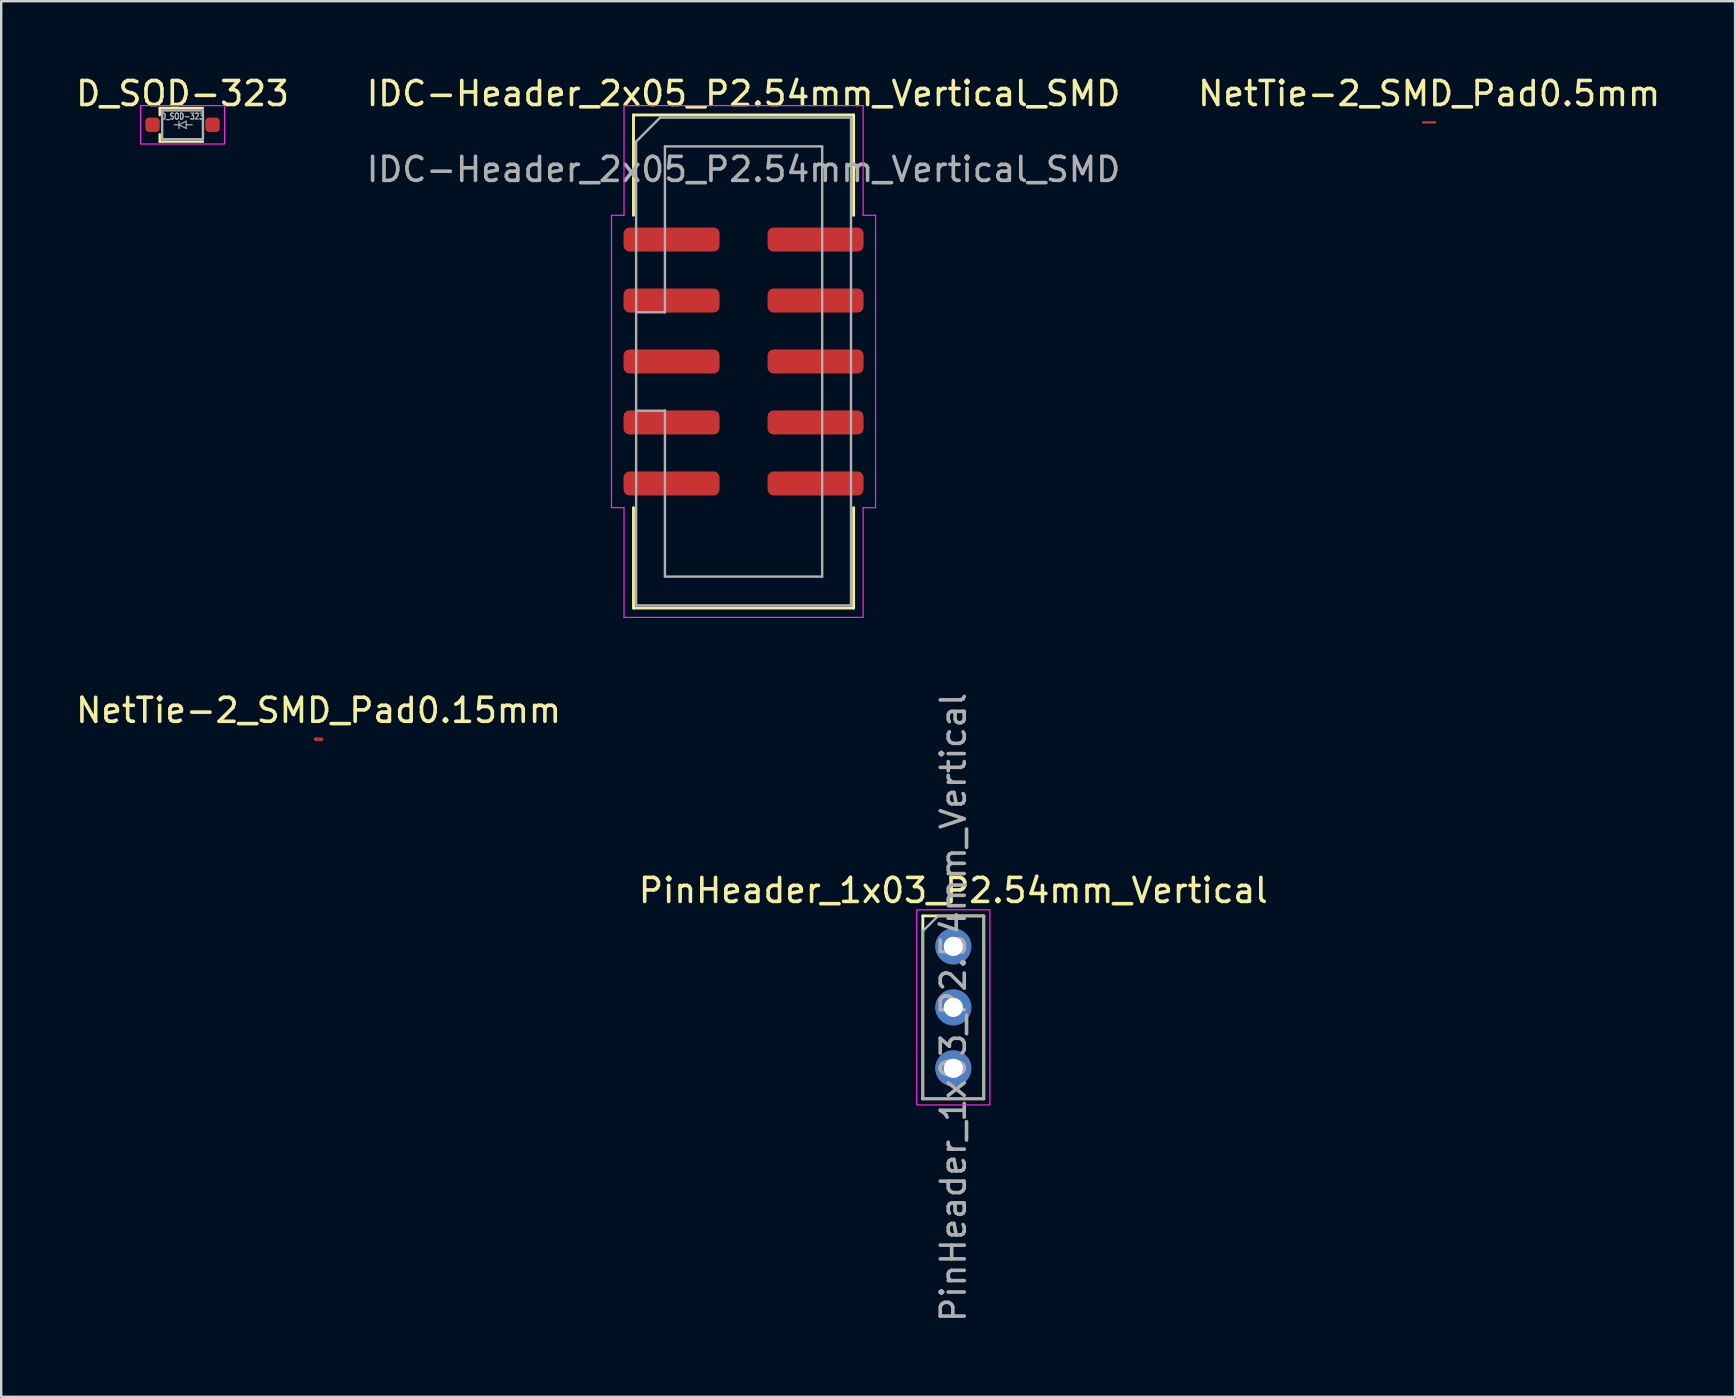
<source format=kicad_pcb>
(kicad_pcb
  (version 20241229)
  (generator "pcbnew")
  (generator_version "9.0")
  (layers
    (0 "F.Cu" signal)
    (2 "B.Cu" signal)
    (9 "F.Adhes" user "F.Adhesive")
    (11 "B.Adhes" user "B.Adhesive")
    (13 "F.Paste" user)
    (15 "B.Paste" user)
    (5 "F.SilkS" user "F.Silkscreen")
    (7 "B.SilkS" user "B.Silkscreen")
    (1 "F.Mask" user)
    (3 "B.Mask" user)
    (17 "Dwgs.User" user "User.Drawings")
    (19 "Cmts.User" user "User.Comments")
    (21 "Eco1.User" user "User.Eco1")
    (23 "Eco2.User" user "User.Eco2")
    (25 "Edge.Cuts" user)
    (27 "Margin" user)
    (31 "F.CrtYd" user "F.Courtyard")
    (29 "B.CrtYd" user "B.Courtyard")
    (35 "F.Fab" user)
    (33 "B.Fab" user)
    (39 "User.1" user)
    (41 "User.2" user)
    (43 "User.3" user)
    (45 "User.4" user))
  (footprint "NetTie-2_SMD_Pad0.5mm"
    (layer "F.Cu")
    (at 56.482 2.048)
    (property "Reference" "NetTie-2_SMD_Pad0.5mm" (at 0 -1.2 0) (layer "F.SilkS") (effects (font (size 1 1) (thickness 0.15))))
    (attr exclude_from_pos_files exclude_from_bom allow_missing_courtyard)
    (fp_poly (pts (xy -0.25 -0.05) (xy 0.25 -0.05) (xy 0.25 0.05) (xy -0.25 0.05)) (stroke (width 0) (type solid)) (fill yes) (layer "F.Cu"))
    (pad "1" smd circle (at -0.25 0) (size 0.1 0.1) (layers "F.Cu"))
    (pad "2" smd circle (at 0.25 0) (size 0.1 0.1) (layers "F.Cu")))
  (footprint "D_SOD-323"
    (layer "F.Cu")
    (at 4.554 2.148)
    (property "Reference" "D_SOD-323" (at 0 -1.3 0) (layer "F.SilkS") (effects (font (size 1 1) (thickness 0.15))))
    (attr smd)
    (fp_line (start -0.95 -0.7) (end -0.95 -0.4) (stroke (width 0.1) (type solid)) (layer "F.SilkS"))
    (fp_line (start -0.95 -0.7) (end 0.85 -0.7) (stroke (width 0.1) (type solid)) (layer "F.SilkS"))
    (fp_line (start -0.95 0.4) (end -0.95 0.7) (stroke (width 0.1) (type solid)) (layer "F.SilkS"))
    (fp_line (start -0.95 0.7) (end 0.85 0.7) (stroke (width 0.1) (type solid)) (layer "F.SilkS"))
    (fp_rect (start -1.75 -0.8) (end 1.75 0.8) (stroke (width 0.05) (type default)) (fill no) (layer "F.CrtYd"))
    (fp_line (start -0.15 -0.15) (end -0.15 0.15) (stroke (width 0.05) (type solid)) (layer "F.Fab"))
    (fp_line (start -0.15 0) (end -0.35 0) (stroke (width 0.05) (type solid)) (layer "F.Fab"))
    (fp_line (start -0.15 0) (end 0.15 -0.15) (stroke (width 0.05) (type solid)) (layer "F.Fab"))
    (fp_line (start 0.15 -0.15) (end 0.15 0.15) (stroke (width 0.05) (type solid)) (layer "F.Fab"))
    (fp_line (start 0.15 0) (end 0.4 0) (stroke (width 0.05) (type solid)) (layer "F.Fab"))
    (fp_line (start 0.15 0.15) (end -0.15 0) (stroke (width 0.05) (type solid)) (layer "F.Fab"))
    (fp_rect (start -0.85 -0.6) (end 0.85 0.6) (stroke (width 0.1) (type default)) (fill no) (layer "F.Fab"))
    (fp_text user "${REFERENCE}" (at 0 -0.35 0) (layer "F.Fab") (effects (font (size 0.25 0.2) (thickness 0.05))))
    (pad "1" smd roundrect (at -1.25 0) (size 0.6 0.6) (layers "F.Cu" "F.Mask" "F.Paste") (roundrect_rratio 0.25))
    (pad "2" smd roundrect (at 1.25 0) (size 0.6 0.6) (layers "F.Cu" "F.Mask" "F.Paste") (roundrect_rratio 0.25)))
  (footprint "IDC-Header_2x05_P2.54mm_Vertical_SMD"
    (layer "F.Cu")
    (at 27.923 12.008)
    (property "Reference" "IDC-Header_2x05_P2.54mm_Vertical_SMD" (at 0 -11.16 0) (layer "F.SilkS") (effects (font (size 1 1) (thickness 0.15))))
    (attr smd)
    (fp_line (start -4.585 -10.27) (end 4.585 -10.27) (stroke (width 0.12) (type solid)) (layer "F.SilkS"))
    (fp_line (start -4.585 -6.09) (end -4.585 -10.27) (stroke (width 0.12) (type solid)) (layer "F.SilkS"))
    (fp_line (start -4.585 6.09) (end -4.585 10.27) (stroke (width 0.12) (type solid)) (layer "F.SilkS"))
    (fp_line (start -4.585 10.27) (end 4.585 10.27) (stroke (width 0.12) (type solid)) (layer "F.SilkS"))
    (fp_line (start 4.585 -10.27) (end 4.585 -6.09) (stroke (width 0.12) (type solid)) (layer "F.SilkS"))
    (fp_line (start 4.585 10.27) (end 4.585 6.09) (stroke (width 0.12) (type solid)) (layer "F.SilkS"))
    (fp_line (start -5.5 -6.09) (end -5.5 6.09) (stroke (width 0.05) (type solid)) (layer "F.CrtYd"))
    (fp_line (start -5.5 6.09) (end -4.98 6.09) (stroke (width 0.05) (type solid)) (layer "F.CrtYd"))
    (fp_line (start -4.98 -10.66) (end -4.98 -6.09) (stroke (width 0.05) (type solid)) (layer "F.CrtYd"))
    (fp_line (start -4.98 -6.09) (end -5.5 -6.09) (stroke (width 0.05) (type solid)) (layer "F.CrtYd"))
    (fp_line (start -4.98 6.09) (end -4.98 10.66) (stroke (width 0.05) (type solid)) (layer "F.CrtYd"))
    (fp_line (start -4.98 10.66) (end 4.98 10.66) (stroke (width 0.05) (type solid)) (layer "F.CrtYd"))
    (fp_line (start 4.98 -10.66) (end -4.98 -10.66) (stroke (width 0.05) (type solid)) (layer "F.CrtYd"))
    (fp_line (start 4.98 -6.09) (end 4.98 -10.66) (stroke (width 0.05) (type solid)) (layer "F.CrtYd"))
    (fp_line (start 4.98 6.09) (end 5.5 6.09) (stroke (width 0.05) (type solid)) (layer "F.CrtYd"))
    (fp_line (start 4.98 10.66) (end 4.98 6.09) (stroke (width 0.05) (type solid)) (layer "F.CrtYd"))
    (fp_line (start 5.5 -6.09) (end 4.98 -6.09) (stroke (width 0.05) (type solid)) (layer "F.CrtYd"))
    (fp_line (start 5.5 6.09) (end 5.5 -6.09) (stroke (width 0.05) (type solid)) (layer "F.CrtYd"))
    (fp_line (start -4.475 -9.16) (end -3.475 -10.16) (stroke (width 0.1) (type solid)) (layer "F.Fab"))
    (fp_line (start -4.475 -2.05) (end -3.275 -2.05) (stroke (width 0.1) (type solid)) (layer "F.Fab"))
    (fp_line (start -4.475 10.16) (end -4.475 -9.16) (stroke (width 0.1) (type solid)) (layer "F.Fab"))
    (fp_line (start -3.475 -10.16) (end 4.475 -10.16) (stroke (width 0.1) (type solid)) (layer "F.Fab"))
    (fp_line (start -3.275 -8.96) (end 3.275 -8.96) (stroke (width 0.1) (type solid)) (layer "F.Fab"))
    (fp_line (start -3.275 -2.05) (end -3.275 -8.96) (stroke (width 0.1) (type solid)) (layer "F.Fab"))
    (fp_line (start -3.275 2.05) (end -4.475 2.05) (stroke (width 0.1) (type solid)) (layer "F.Fab"))
    (fp_line (start -3.275 2.05) (end -3.275 2.05) (stroke (width 0.1) (type solid)) (layer "F.Fab"))
    (fp_line (start -3.275 8.96) (end -3.275 2.05) (stroke (width 0.1) (type solid)) (layer "F.Fab"))
    (fp_line (start 3.275 -8.96) (end 3.275 8.96) (stroke (width 0.1) (type solid)) (layer "F.Fab"))
    (fp_line (start 3.275 8.96) (end -3.275 8.96) (stroke (width 0.1) (type solid)) (layer "F.Fab"))
    (fp_line (start 4.475 -10.16) (end 4.475 10.16) (stroke (width 0.1) (type solid)) (layer "F.Fab"))
    (fp_line (start 4.475 10.16) (end -4.475 10.16) (stroke (width 0.1) (type solid)) (layer "F.Fab"))
    (fp_text user "${REFERENCE}" (at 0 -8 0) (layer "F.Fab") (effects (font (size 1 1) (thickness 0.15))))
    (pad "1" smd roundrect (at -3 -5.08) (size 4 1) (layers "F.Cu" "F.Mask" "F.Paste") (roundrect_rratio 0.25))
    (pad "2" smd roundrect (at 3 -5.08) (size 4 1) (layers "F.Cu" "F.Mask" "F.Paste") (roundrect_rratio 0.25))
    (pad "3" smd roundrect (at -3 -2.54) (size 4 1) (layers "F.Cu" "F.Mask" "F.Paste") (roundrect_rratio 0.25))
    (pad "4" smd roundrect (at 3 -2.54) (size 4 1) (layers "F.Cu" "F.Mask" "F.Paste") (roundrect_rratio 0.25))
    (pad "5" smd roundrect (at -3 0) (size 4 1) (layers "F.Cu" "F.Mask" "F.Paste") (roundrect_rratio 0.25))
    (pad "6" smd roundrect (at 3 0) (size 4 1) (layers "F.Cu" "F.Mask" "F.Paste") (roundrect_rratio 0.25))
    (pad "7" smd roundrect (at -3 2.54) (size 4 1) (layers "F.Cu" "F.Mask" "F.Paste") (roundrect_rratio 0.25))
    (pad "8" smd roundrect (at 3 2.54) (size 4 1) (layers "F.Cu" "F.Mask" "F.Paste") (roundrect_rratio 0.25))
    (pad "9" smd roundrect (at -3 5.08) (size 4 1) (layers "F.Cu" "F.Mask" "F.Paste") (roundrect_rratio 0.25))
    (pad "10" smd roundrect (at 3 5.08) (size 4 1) (layers "F.Cu" "F.Mask" "F.Paste") (roundrect_rratio 0.25)))
  (footprint "NetTie-2_SMD_Pad0.15mm"
    (layer "F.Cu")
    (at 10.22 27.741)
    (property "Reference" "NetTie-2_SMD_Pad0.15mm" (at 0 -1.2 0) (layer "F.SilkS") (effects (font (size 1 1) (thickness 0.15))))
    (attr exclude_from_pos_files exclude_from_bom allow_missing_courtyard)
    (pad "1" smd custom (at -0.125 0) (size 0.15 0.15) (layers "F.Cu") (options (anchor circle)) (primitives (gr_rect (start 0 -0.075) (end 0.125 0.075) (width 0) (fill yes))))
    (pad "2" smd custom (at 0.125 0) (size 0.15 0.15) (layers "F.Cu") (options (anchor circle)) (primitives (gr_rect (start -0.125 -0.075) (end 0 0.075) (width 0) (fill yes)))))
  (footprint "PinHeader_1x03_P2.54mm_Vertical"
    (layer "F.Cu")
    (at 36.661 36.373)
    (property "Reference" "PinHeader_1x03_P2.54mm_Vertical" (at 0 -2.33 0) (layer "F.SilkS") (effects (font (size 1 1) (thickness 0.15))))
    (attr through_hole)
    (fp_line (start -1.27 -1.27) (end -1.27 6.35) (stroke (width 0.12) (type solid)) (layer "F.SilkS"))
    (fp_line (start -1.27 -1.27) (end 1.27 -1.27) (stroke (width 0.12) (type solid)) (layer "F.SilkS"))
    (fp_line (start -1.27 6.35) (end 1.27 6.35) (stroke (width 0.12) (type solid)) (layer "F.SilkS"))
    (fp_line (start 1.27 -1.27) (end 1.27 6.35) (stroke (width 0.12) (type solid)) (layer "F.SilkS"))
    (fp_rect (start -1.524 -1.524) (end 1.524 6.604) (stroke (width 0.05) (type default)) (fill no) (layer "F.CrtYd"))
    (fp_line (start -1.27 -0.635) (end -0.635 -1.27) (stroke (width 0.1) (type solid)) (layer "F.Fab"))
    (fp_line (start -1.27 6.35) (end -1.27 -0.635) (stroke (width 0.1) (type solid)) (layer "F.Fab"))
    (fp_line (start -0.635 -1.27) (end 1.27 -1.27) (stroke (width 0.1) (type solid)) (layer "F.Fab"))
    (fp_line (start 1.27 -1.27) (end 1.27 6.35) (stroke (width 0.1) (type solid)) (layer "F.Fab"))
    (fp_line (start 1.27 6.35) (end -1.27 6.35) (stroke (width 0.1) (type solid)) (layer "F.Fab"))
    (fp_text user "${REFERENCE}" (at 0 2.54 90) (layer "F.Fab") (effects (font (size 1 1) (thickness 0.15))))
    (pad "1" thru_hole circle (at 0 0) (size 1.5 1.5) (drill 0.8) (layers "*.Cu" "*.Mask") (remove_unused_layers yes) (keep_end_layers yes) (zone_layer_connections))
    (pad "2" thru_hole circle (at 0 2.54) (size 1.5 1.5) (drill 0.8) (layers "*.Cu" "*.Mask") (remove_unused_layers yes) (keep_end_layers yes) (zone_layer_connections))
    (pad "3" thru_hole circle (at 0 5.08) (size 1.5 1.5) (drill 0.8) (layers "*.Cu" "*.Mask") (remove_unused_layers yes) (keep_end_layers yes) (zone_layer_connections)))
  (gr_rect
    (start -3 -3)
    (end 69.226 55.134)
    (stroke (width 0.1) (type default))
    (fill no)
    (layer "Edge.Cuts")))
</source>
